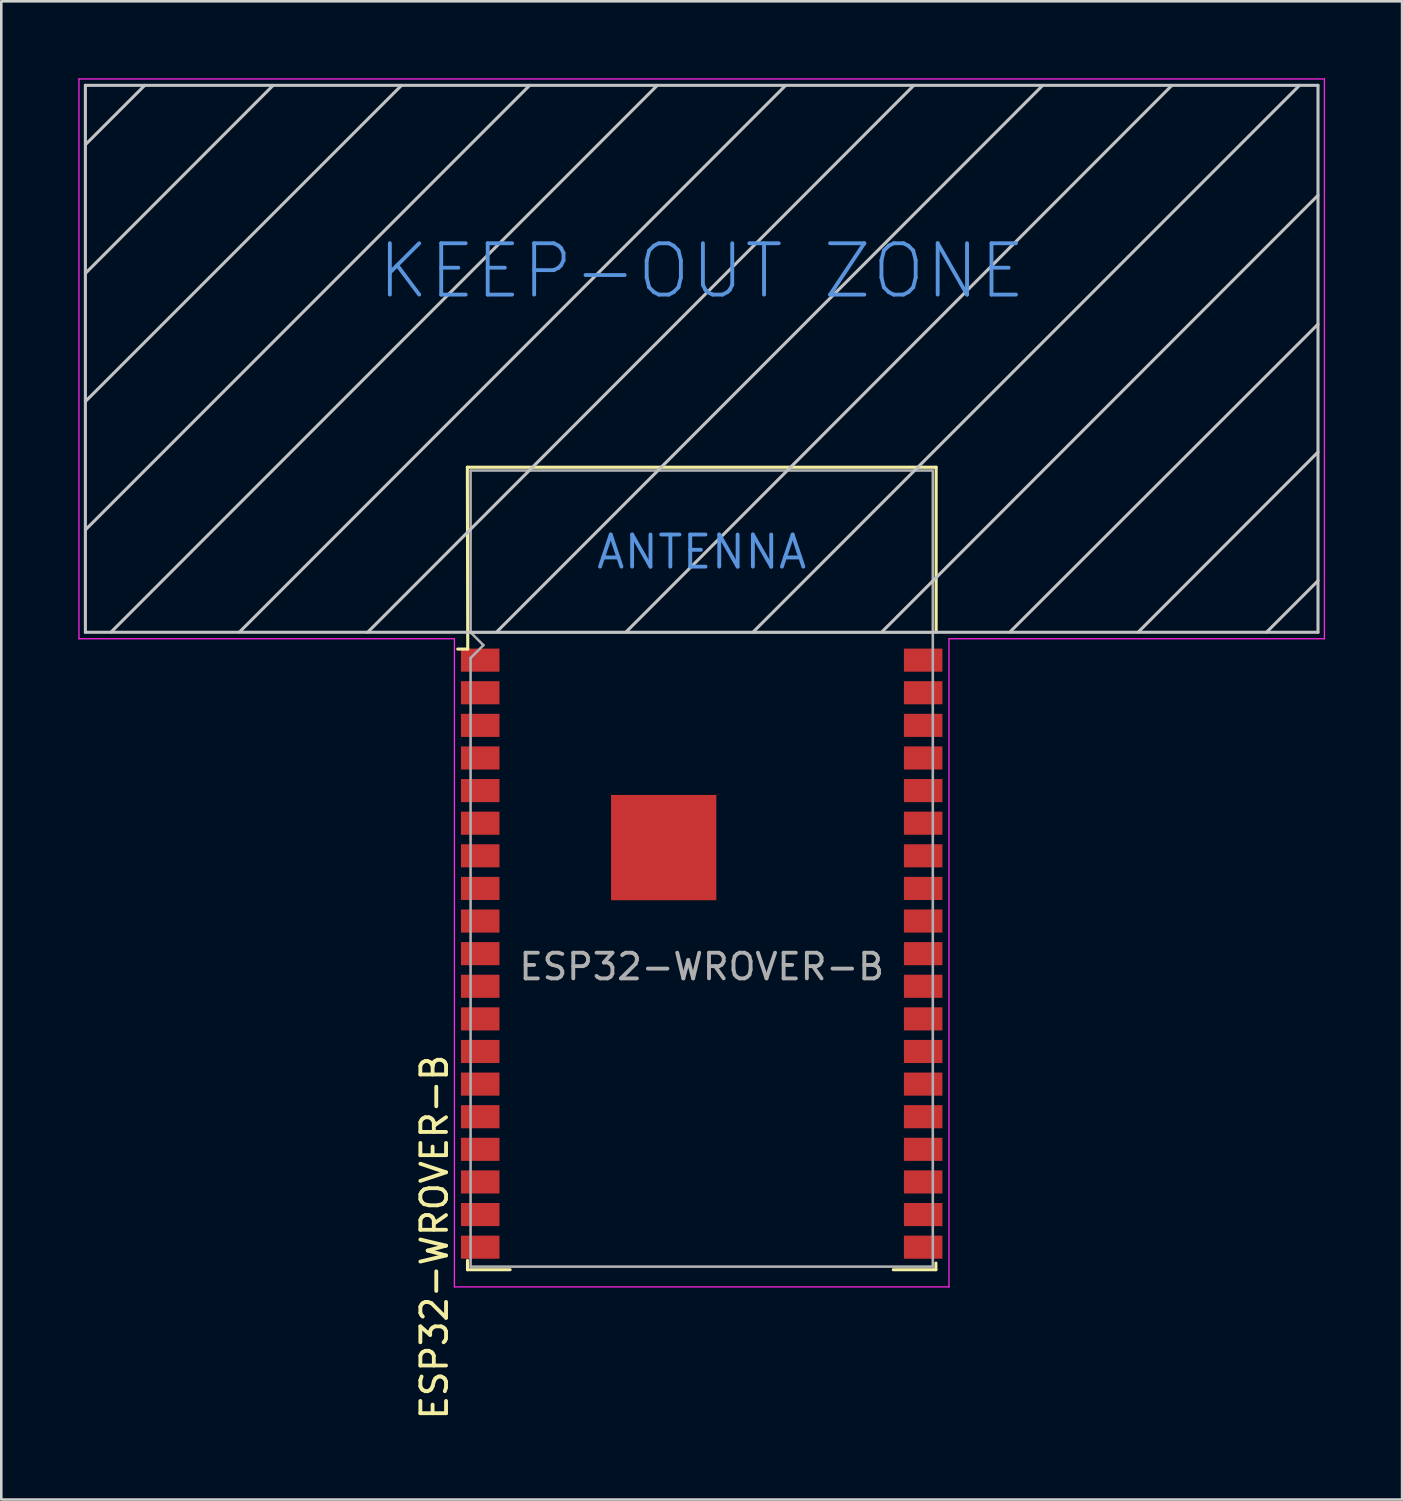
<source format=kicad_pcb>
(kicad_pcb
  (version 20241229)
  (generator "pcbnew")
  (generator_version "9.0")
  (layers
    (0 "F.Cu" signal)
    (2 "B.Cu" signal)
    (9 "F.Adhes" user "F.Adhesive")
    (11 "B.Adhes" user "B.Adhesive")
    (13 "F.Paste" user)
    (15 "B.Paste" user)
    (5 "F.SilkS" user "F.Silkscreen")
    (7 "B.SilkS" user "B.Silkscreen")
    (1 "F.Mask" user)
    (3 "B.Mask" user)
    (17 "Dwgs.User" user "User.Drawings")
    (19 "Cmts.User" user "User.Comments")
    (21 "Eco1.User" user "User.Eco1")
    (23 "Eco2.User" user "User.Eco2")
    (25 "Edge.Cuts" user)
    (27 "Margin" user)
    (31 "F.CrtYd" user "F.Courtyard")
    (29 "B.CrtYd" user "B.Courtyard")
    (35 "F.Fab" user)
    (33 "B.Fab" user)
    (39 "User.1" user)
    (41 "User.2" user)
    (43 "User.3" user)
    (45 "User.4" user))
  (footprint "ESP32-WROVER-B"
    (layer "F.Cu")
    (at 24.275 34.087)
    (property "Reference" "ESP32-WROVER-B" (at -10.41 11.038 90) (layer "F.SilkS") (effects (font (size 1 1) (thickness 0.15))))
    (attr smd)
    (fp_line (start -9.125 -18.942) (end 9.13 -18.942) (stroke (width 0.12) (type solid)) (layer "F.SilkS"))
    (fp_line (start -9.12 11.948) (end -9.12 12.308) (stroke (width 0.12) (type solid)) (layer "F.SilkS"))
    (fp_line (start -9.12 12.308) (end -7.46 12.308) (stroke (width 0.12) (type solid)) (layer "F.SilkS"))
    (fp_line (start -9.11 -11.862) (end -9.5 -11.862) (stroke (width 0.12) (type solid)) (layer "F.SilkS"))
    (fp_line (start -9.11 -11.862) (end -9.125 -18.942) (stroke (width 0.12) (type solid)) (layer "F.SilkS"))
    (fp_line (start 9.12 12.048) (end 9.12 12.308) (stroke (width 0.12) (type solid)) (layer "F.SilkS"))
    (fp_line (start 9.12 12.308) (end 7.46 12.308) (stroke (width 0.12) (type solid)) (layer "F.SilkS"))
    (fp_line (start 9.13 -12.522) (end 9.13 -18.942) (stroke (width 0.12) (type solid)) (layer "F.SilkS"))
    (fp_line (start -24 -33.815) (end -24 -12.515) (stroke (width 0.12) (type solid)) (layer "Dwgs.User"))
    (fp_line (start -24 -33.815) (end 24 -33.815) (stroke (width 0.12) (type solid)) (layer "Dwgs.User"))
    (fp_line (start -24 -12.515) (end 24 -12.515) (stroke (width 0.12) (type solid)) (layer "Dwgs.User"))
    (fp_line (start -21.69 -33.812) (end -23.99 -31.512) (stroke (width 0.12) (type solid)) (layer "Dwgs.User"))
    (fp_line (start -16.69 -33.812) (end -24 -26.492) (stroke (width 0.12) (type solid)) (layer "Dwgs.User"))
    (fp_line (start -11.69 -33.812) (end -24 -21.502) (stroke (width 0.12) (type solid)) (layer "Dwgs.User"))
    (fp_line (start -6.7 -33.812) (end -24 -16.502) (stroke (width 0.12) (type solid)) (layer "Dwgs.User"))
    (fp_line (start -1.73 -33.812) (end -23 -12.522) (stroke (width 0.12) (type solid)) (layer "Dwgs.User"))
    (fp_line (start 3.27 -33.812) (end -18 -12.522) (stroke (width 0.12) (type solid)) (layer "Dwgs.User"))
    (fp_line (start 8.26 -33.812) (end -13.01 -12.512) (stroke (width 0.12) (type solid)) (layer "Dwgs.User"))
    (fp_line (start 13.28 -33.812) (end -7.99 -12.522) (stroke (width 0.12) (type solid)) (layer "Dwgs.User"))
    (fp_line (start 18.31 -33.812) (end -2.95 -12.522) (stroke (width 0.12) (type solid)) (layer "Dwgs.User"))
    (fp_line (start 23.28 -33.812) (end 2 -12.522) (stroke (width 0.12) (type solid)) (layer "Dwgs.User"))
    (fp_line (start 24 -33.815) (end 24 -12.515) (stroke (width 0.12) (type solid)) (layer "Dwgs.User"))
    (fp_line (start 24 -29.532) (end 7.01 -12.522) (stroke (width 0.12) (type solid)) (layer "Dwgs.User"))
    (fp_line (start 24 -24.512) (end 12 -12.522) (stroke (width 0.12) (type solid)) (layer "Dwgs.User"))
    (fp_line (start 24 -19.532) (end 17 -12.522) (stroke (width 0.12) (type solid)) (layer "Dwgs.User"))
    (fp_line (start 24 -14.522) (end 22 -12.522) (stroke (width 0.12) (type solid)) (layer "Dwgs.User"))
    (fp_line (start -24.25 -34.062) (end -24.25 -12.262) (stroke (width 0.05) (type solid)) (layer "F.CrtYd"))
    (fp_line (start -24.25 -12.262) (end -9.63 -12.262) (stroke (width 0.05) (type solid)) (layer "F.CrtYd"))
    (fp_line (start -9.63 -12.262) (end -9.63 12.978) (stroke (width 0.05) (type solid)) (layer "F.CrtYd"))
    (fp_line (start -9.63 12.978) (end 9.63 12.978) (stroke (width 0.05) (type solid)) (layer "F.CrtYd"))
    (fp_line (start 9.63 -12.262) (end 24.25 -12.262) (stroke (width 0.05) (type solid)) (layer "F.CrtYd"))
    (fp_line (start 9.63 12.978) (end 9.63 -12.262) (stroke (width 0.05) (type solid)) (layer "F.CrtYd"))
    (fp_line (start 24.25 -34.062) (end -24.25 -34.062) (stroke (width 0.05) (type solid)) (layer "F.CrtYd"))
    (fp_line (start 24.25 -12.262) (end 24.25 -34.062) (stroke (width 0.05) (type solid)) (layer "F.CrtYd"))
    (fp_line (start -9 -18.815) (end 9 -18.815) (stroke (width 0.1) (type solid)) (layer "F.Fab"))
    (fp_line (start -9 -18.812) (end -9 -12.512) (stroke (width 0.1) (type solid)) (layer "F.Fab"))
    (fp_line (start -9 -11.512) (end -9 12.188) (stroke (width 0.1) (type solid)) (layer "F.Fab"))
    (fp_line (start -9 -11.512) (end -8.5 -12.012) (stroke (width 0.1) (type solid)) (layer "F.Fab"))
    (fp_line (start -9 12.188) (end 9 12.188) (stroke (width 0.1) (type solid)) (layer "F.Fab"))
    (fp_line (start -8.5 -12.012) (end -9 -12.512) (stroke (width 0.1) (type solid)) (layer "F.Fab"))
    (fp_line (start 9 -18.812) (end 9 12.188) (stroke (width 0.1) (type solid)) (layer "F.Fab"))
    (fp_line (start 9 -12.515) (end -9 -12.515) (stroke (width 0.1) (type solid)) (layer "F.Fab"))
    (fp_text user "KEEP-OUT ZONE" (at 0 -26.582 0) (layer "Cmts.User") (effects (font (size 2 2) (thickness 0.15))))
    (fp_text user "ANTENNA" (at 0 -15.642 0) (layer "Cmts.User") (effects (font (size 1.25 1.25) (thickness 0.15))))
    (fp_text user "${REFERENCE}" (at 0 0.508 0) (layer "F.Fab") (effects (font (size 1 1) (thickness 0.15))))
    (pad "1" smd rect (at -8.625 -11.43) (size 1.5 0.9) (layers "F.Cu" "F.Mask" "F.Paste"))
    (pad "2" smd rect (at -8.625 -10.16) (size 1.5 0.9) (layers "F.Cu" "F.Mask" "F.Paste"))
    (pad "3" smd rect (at -8.625 -8.89) (size 1.5 0.9) (layers "F.Cu" "F.Mask" "F.Paste"))
    (pad "4" smd rect (at -8.625 -7.62) (size 1.5 0.9) (layers "F.Cu" "F.Mask" "F.Paste"))
    (pad "5" smd rect (at -8.625 -6.35) (size 1.5 0.9) (layers "F.Cu" "F.Mask" "F.Paste"))
    (pad "6" smd rect (at -8.625 -5.08) (size 1.5 0.9) (layers "F.Cu" "F.Mask" "F.Paste"))
    (pad "7" smd rect (at -8.625 -3.81) (size 1.5 0.9) (layers "F.Cu" "F.Mask" "F.Paste"))
    (pad "8" smd rect (at -8.625 -2.54) (size 1.5 0.9) (layers "F.Cu" "F.Mask" "F.Paste"))
    (pad "9" smd rect (at -8.625 -1.27) (size 1.5 0.9) (layers "F.Cu" "F.Mask" "F.Paste"))
    (pad "10" smd rect (at -8.625 0) (size 1.5 0.9) (layers "F.Cu" "F.Mask" "F.Paste"))
    (pad "11" smd rect (at -8.625 1.27) (size 1.5 0.9) (layers "F.Cu" "F.Mask" "F.Paste"))
    (pad "12" smd rect (at -8.625 2.54) (size 1.5 0.9) (layers "F.Cu" "F.Mask" "F.Paste"))
    (pad "13" smd rect (at -8.625 3.81) (size 1.5 0.9) (layers "F.Cu" "F.Mask" "F.Paste"))
    (pad "14" smd rect (at -8.625 5.08) (size 1.5 0.9) (layers "F.Cu" "F.Mask" "F.Paste"))
    (pad "15" smd rect (at -8.625 6.35 180) (size 1.5 0.9) (layers "F.Cu" "F.Mask" "F.Paste"))
    (pad "16" smd rect (at -8.625 7.62 180) (size 1.5 0.9) (layers "F.Cu" "F.Mask" "F.Paste"))
    (pad "17" smd rect (at -8.625 8.89 180) (size 1.5 0.9) (layers "F.Cu" "F.Mask" "F.Paste"))
    (pad "18" smd rect (at -8.625 10.16 180) (size 1.5 0.9) (layers "F.Cu" "F.Mask" "F.Paste"))
    (pad "19" smd rect (at -8.625 11.43 180) (size 1.5 0.9) (layers "F.Cu" "F.Mask" "F.Paste"))
    (pad "20" smd rect (at 8.625 11.43) (size 1.5 0.9) (layers "F.Cu" "F.Mask" "F.Paste"))
    (pad "21" smd rect (at 8.625 10.16) (size 1.5 0.9) (layers "F.Cu" "F.Mask" "F.Paste"))
    (pad "22" smd rect (at 8.625 8.89) (size 1.5 0.9) (layers "F.Cu" "F.Mask" "F.Paste"))
    (pad "23" smd rect (at 8.625 7.62) (size 1.5 0.9) (layers "F.Cu" "F.Mask" "F.Paste"))
    (pad "24" smd rect (at 8.625 6.35) (size 1.5 0.9) (layers "F.Cu" "F.Mask" "F.Paste"))
    (pad "25" smd rect (at 8.625 5.08) (size 1.5 0.9) (layers "F.Cu" "F.Mask" "F.Paste"))
    (pad "26" smd rect (at 8.625 3.81) (size 1.5 0.9) (layers "F.Cu" "F.Mask" "F.Paste"))
    (pad "27" smd rect (at 8.625 2.54) (size 1.5 0.9) (layers "F.Cu" "F.Mask" "F.Paste"))
    (pad "28" smd rect (at 8.625 1.27) (size 1.5 0.9) (layers "F.Cu" "F.Mask" "F.Paste"))
    (pad "29" smd rect (at 8.625 0) (size 1.5 0.9) (layers "F.Cu" "F.Mask" "F.Paste"))
    (pad "30" smd rect (at 8.625 -1.27) (size 1.5 0.9) (layers "F.Cu" "F.Mask" "F.Paste"))
    (pad "31" smd rect (at 8.625 -2.54) (size 1.5 0.9) (layers "F.Cu" "F.Mask" "F.Paste"))
    (pad "32" smd rect (at 8.625 -3.81) (size 1.5 0.9) (layers "F.Cu" "F.Mask" "F.Paste"))
    (pad "33" smd rect (at 8.625 -5.08) (size 1.5 0.9) (layers "F.Cu" "F.Mask" "F.Paste"))
    (pad "34" smd rect (at 8.625 -6.35) (size 1.5 0.9) (layers "F.Cu" "F.Mask" "F.Paste"))
    (pad "35" smd rect (at 8.625 -7.62) (size 1.5 0.9) (layers "F.Cu" "F.Mask" "F.Paste"))
    (pad "36" smd rect (at 8.625 -8.89) (size 1.5 0.9) (layers "F.Cu" "F.Mask" "F.Paste"))
    (pad "37" smd rect (at 8.625 -10.16) (size 1.5 0.9) (layers "F.Cu" "F.Mask" "F.Paste"))
    (pad "38" smd rect (at 8.625 -11.43) (size 1.5 0.9) (layers "F.Cu" "F.Mask" "F.Paste"))
    (pad "39" smd rect (at -1.48 -4.13) (size 4.1 4.1) (layers "F.Cu" "F.Mask" "F.Paste")))
  (gr_rect
    (start -3 -3)
    (end 51.55 55.345)
    (stroke (width 0.1) (type default))
    (fill no)
    (layer "Edge.Cuts")))
</source>
